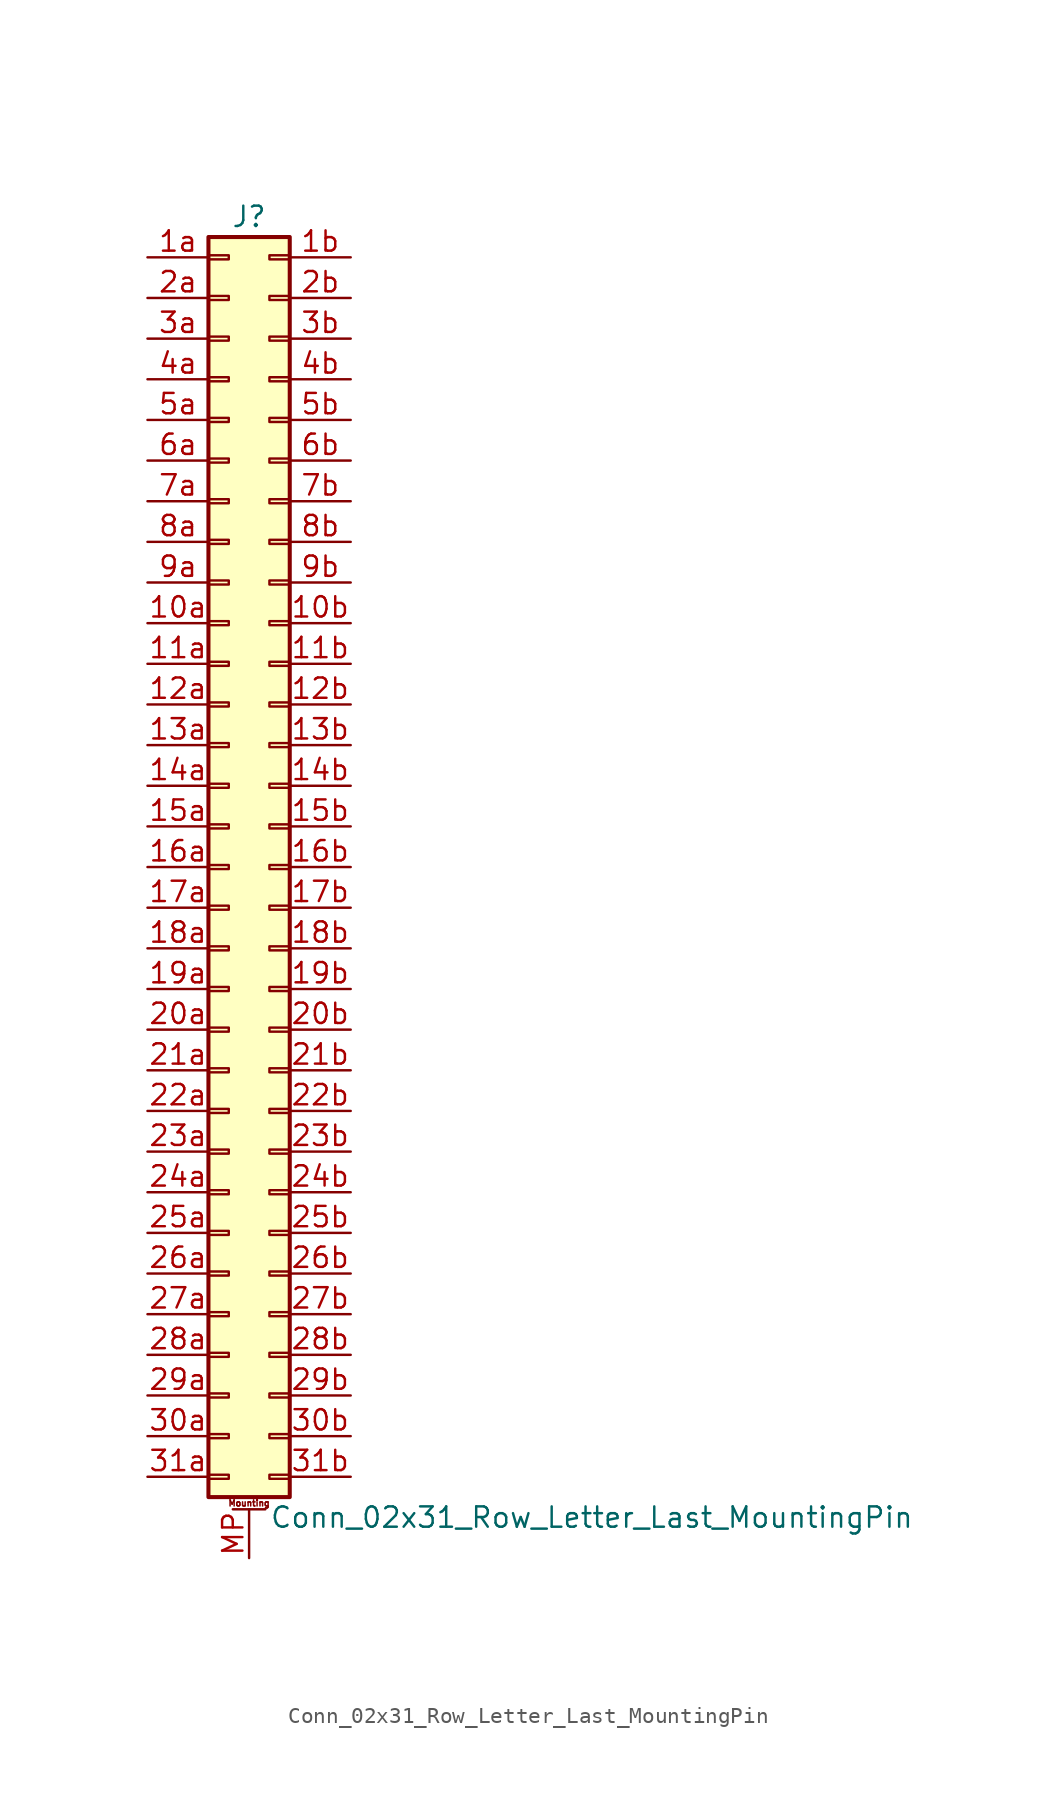
<source format=kicad_sym>
(kicad_symbol_lib
  (version 20201005)
  (generator kicad_symbol_editor)
  (symbol "Conn_02x31_Row_Letter_Last_MountingPin"
    (pin_names
      (offset 1.016) hide)
    (property "Reference" "J"
      (at 1.27 40.64 0)
      (effects (font (size 1.27 1.27))))
    (property "Value" "Conn_02x31_Row_Letter_Last_MountingPin"
      (at 2.54 -40.64 0)
      (effects (font (size 1.27 1.27)) (justify left)))
    (symbol "Conn_02x31_Row_Letter_Last_MountingPin_1_1"
      (text "Mounting" (at 1.27 -39.751 0) (effects (font (size 0.381 0.381))))
      (rectangle (start -1.27 -37.973) (end 0 -38.227) (stroke (width 0.152)) (fill (type none)))
      (rectangle (start -1.27 -35.433) (end 0 -35.687) (stroke (width 0.152)) (fill (type none)))
      (rectangle (start -1.27 -32.893) (end 0 -33.147) (stroke (width 0.152)) (fill (type none)))
      (rectangle (start -1.27 -30.353) (end 0 -30.607) (stroke (width 0.152)) (fill (type none)))
      (rectangle (start -1.27 -27.813) (end 0 -28.067) (stroke (width 0.152)) (fill (type none)))
      (rectangle (start -1.27 -25.273) (end 0 -25.527) (stroke (width 0.152)) (fill (type none)))
      (rectangle (start -1.27 -22.733) (end 0 -22.987) (stroke (width 0.152)) (fill (type none)))
      (rectangle (start -1.27 -20.193) (end 0 -20.447) (stroke (width 0.152)) (fill (type none)))
      (rectangle (start -1.27 -17.653) (end 0 -17.907) (stroke (width 0.152)) (fill (type none)))
      (rectangle (start -1.27 -15.113) (end 0 -15.367) (stroke (width 0.152)) (fill (type none)))
      (rectangle (start -1.27 -12.573) (end 0 -12.827) (stroke (width 0.152)) (fill (type none)))
      (rectangle (start -1.27 -10.033) (end 0 -10.287) (stroke (width 0.152)) (fill (type none)))
      (rectangle (start -1.27 -7.493) (end 0 -7.747) (stroke (width 0.152)) (fill (type none)))
      (rectangle (start -1.27 -4.953) (end 0 -5.207) (stroke (width 0.152)) (fill (type none)))
      (rectangle (start -1.27 -2.413) (end 0 -2.667) (stroke (width 0.152)) (fill (type none)))
      (rectangle (start -1.27 0.127) (end 0 -0.127) (stroke (width 0.152)) (fill (type none)))
      (rectangle (start -1.27 2.667) (end 0 2.413) (stroke (width 0.152)) (fill (type none)))
      (rectangle (start -1.27 5.207) (end 0 4.953) (stroke (width 0.152)) (fill (type none)))
      (rectangle (start -1.27 7.747) (end 0 7.493) (stroke (width 0.152)) (fill (type none)))
      (rectangle (start -1.27 10.287) (end 0 10.033) (stroke (width 0.152)) (fill (type none)))
      (rectangle (start -1.27 12.827) (end 0 12.573) (stroke (width 0.152)) (fill (type none)))
      (rectangle (start -1.27 15.367) (end 0 15.113) (stroke (width 0.152)) (fill (type none)))
      (rectangle (start -1.27 17.907) (end 0 17.653) (stroke (width 0.152)) (fill (type none)))
      (rectangle (start -1.27 20.447) (end 0 20.193) (stroke (width 0.152)) (fill (type none)))
      (rectangle (start -1.27 22.987) (end 0 22.733) (stroke (width 0.152)) (fill (type none)))
      (rectangle (start -1.27 25.527) (end 0 25.273) (stroke (width 0.152)) (fill (type none)))
      (rectangle (start -1.27 28.067) (end 0 27.813) (stroke (width 0.152)) (fill (type none)))
      (rectangle (start -1.27 30.607) (end 0 30.353) (stroke (width 0.152)) (fill (type none)))
      (rectangle (start -1.27 33.147) (end 0 32.893) (stroke (width 0.152)) (fill (type none)))
      (rectangle (start -1.27 35.687) (end 0 35.433) (stroke (width 0.152)) (fill (type none)))
      (rectangle (start -1.27 38.227) (end 0 37.973) (stroke (width 0.152)) (fill (type none)))
      (rectangle (start 3.81 -37.973) (end 2.54 -38.227) (stroke (width 0.152)) (fill (type none)))
      (rectangle (start 3.81 -35.433) (end 2.54 -35.687) (stroke (width 0.152)) (fill (type none)))
      (rectangle (start 3.81 -32.893) (end 2.54 -33.147) (stroke (width 0.152)) (fill (type none)))
      (rectangle (start 3.81 -30.353) (end 2.54 -30.607) (stroke (width 0.152)) (fill (type none)))
      (rectangle (start 3.81 -27.813) (end 2.54 -28.067) (stroke (width 0.152)) (fill (type none)))
      (rectangle (start 3.81 -25.273) (end 2.54 -25.527) (stroke (width 0.152)) (fill (type none)))
      (rectangle (start 3.81 -22.733) (end 2.54 -22.987) (stroke (width 0.152)) (fill (type none)))
      (rectangle (start 3.81 -20.193) (end 2.54 -20.447) (stroke (width 0.152)) (fill (type none)))
      (rectangle (start 3.81 -17.653) (end 2.54 -17.907) (stroke (width 0.152)) (fill (type none)))
      (rectangle (start 3.81 -15.113) (end 2.54 -15.367) (stroke (width 0.152)) (fill (type none)))
      (rectangle (start 3.81 -12.573) (end 2.54 -12.827) (stroke (width 0.152)) (fill (type none)))
      (rectangle (start 3.81 -10.033) (end 2.54 -10.287) (stroke (width 0.152)) (fill (type none)))
      (rectangle (start 3.81 -7.493) (end 2.54 -7.747) (stroke (width 0.152)) (fill (type none)))
      (rectangle (start 3.81 -4.953) (end 2.54 -5.207) (stroke (width 0.152)) (fill (type none)))
      (rectangle (start 3.81 -2.413) (end 2.54 -2.667) (stroke (width 0.152)) (fill (type none)))
      (rectangle (start 3.81 0.127) (end 2.54 -0.127) (stroke (width 0.152)) (fill (type none)))
      (rectangle (start 3.81 2.667) (end 2.54 2.413) (stroke (width 0.152)) (fill (type none)))
      (rectangle (start 3.81 5.207) (end 2.54 4.953) (stroke (width 0.152)) (fill (type none)))
      (rectangle (start 3.81 7.747) (end 2.54 7.493) (stroke (width 0.152)) (fill (type none)))
      (rectangle (start 3.81 10.287) (end 2.54 10.033) (stroke (width 0.152)) (fill (type none)))
      (rectangle (start 3.81 12.827) (end 2.54 12.573) (stroke (width 0.152)) (fill (type none)))
      (rectangle (start 3.81 15.367) (end 2.54 15.113) (stroke (width 0.152)) (fill (type none)))
      (rectangle (start 3.81 17.907) (end 2.54 17.653) (stroke (width 0.152)) (fill (type none)))
      (rectangle (start 3.81 20.447) (end 2.54 20.193) (stroke (width 0.152)) (fill (type none)))
      (rectangle (start 3.81 22.987) (end 2.54 22.733) (stroke (width 0.152)) (fill (type none)))
      (rectangle (start 3.81 25.527) (end 2.54 25.273) (stroke (width 0.152)) (fill (type none)))
      (rectangle (start 3.81 28.067) (end 2.54 27.813) (stroke (width 0.152)) (fill (type none)))
      (rectangle (start 3.81 30.607) (end 2.54 30.353) (stroke (width 0.152)) (fill (type none)))
      (rectangle (start 3.81 33.147) (end 2.54 32.893) (stroke (width 0.152)) (fill (type none)))
      (rectangle (start 3.81 35.687) (end 2.54 35.433) (stroke (width 0.152)) (fill (type none)))
      (rectangle (start 3.81 38.227) (end 2.54 37.973) (stroke (width 0.152)) (fill (type none)))
      (rectangle (start -1.27 39.37) (end 3.81 -39.37) (stroke (width 0.254)) (fill (type background)))
      (polyline (pts (xy 0.254 -40.132) (xy 2.286 -40.132)) (stroke (width 0.152)) (fill (type none)))
      (pin passive line (at -5.08 15.24 0) (length 3.81) (name "Pin_10a" (effects (font (size 1.27 1.27)))) (number "10a" (effects (font (size 1.27 1.27)))))
      (pin passive line (at 7.62 15.24 180) (length 3.81) (name "Pin_10b" (effects (font (size 1.27 1.27)))) (number "10b" (effects (font (size 1.27 1.27)))))
      (pin passive line (at -5.08 12.7 0) (length 3.81) (name "Pin_11a" (effects (font (size 1.27 1.27)))) (number "11a" (effects (font (size 1.27 1.27)))))
      (pin passive line (at 7.62 12.7 180) (length 3.81) (name "Pin_11b" (effects (font (size 1.27 1.27)))) (number "11b" (effects (font (size 1.27 1.27)))))
      (pin passive line (at -5.08 10.16 0) (length 3.81) (name "Pin_12a" (effects (font (size 1.27 1.27)))) (number "12a" (effects (font (size 1.27 1.27)))))
      (pin passive line (at 7.62 10.16 180) (length 3.81) (name "Pin_12b" (effects (font (size 1.27 1.27)))) (number "12b" (effects (font (size 1.27 1.27)))))
      (pin passive line (at -5.08 7.62 0) (length 3.81) (name "Pin_13a" (effects (font (size 1.27 1.27)))) (number "13a" (effects (font (size 1.27 1.27)))))
      (pin passive line (at 7.62 7.62 180) (length 3.81) (name "Pin_13b" (effects (font (size 1.27 1.27)))) (number "13b" (effects (font (size 1.27 1.27)))))
      (pin passive line (at -5.08 5.08 0) (length 3.81) (name "Pin_14a" (effects (font (size 1.27 1.27)))) (number "14a" (effects (font (size 1.27 1.27)))))
      (pin passive line (at 7.62 5.08 180) (length 3.81) (name "Pin_14b" (effects (font (size 1.27 1.27)))) (number "14b" (effects (font (size 1.27 1.27)))))
      (pin passive line (at -5.08 2.54 0) (length 3.81) (name "Pin_15a" (effects (font (size 1.27 1.27)))) (number "15a" (effects (font (size 1.27 1.27)))))
      (pin passive line (at 7.62 2.54 180) (length 3.81) (name "Pin_15b" (effects (font (size 1.27 1.27)))) (number "15b" (effects (font (size 1.27 1.27)))))
      (pin passive line (at -5.08 0 0) (length 3.81) (name "Pin_16a" (effects (font (size 1.27 1.27)))) (number "16a" (effects (font (size 1.27 1.27)))))
      (pin passive line (at 7.62 0 180) (length 3.81) (name "Pin_16b" (effects (font (size 1.27 1.27)))) (number "16b" (effects (font (size 1.27 1.27)))))
      (pin passive line (at -5.08 -2.54 0) (length 3.81) (name "Pin_17a" (effects (font (size 1.27 1.27)))) (number "17a" (effects (font (size 1.27 1.27)))))
      (pin passive line (at 7.62 -2.54 180) (length 3.81) (name "Pin_17b" (effects (font (size 1.27 1.27)))) (number "17b" (effects (font (size 1.27 1.27)))))
      (pin passive line (at -5.08 -5.08 0) (length 3.81) (name "Pin_18a" (effects (font (size 1.27 1.27)))) (number "18a" (effects (font (size 1.27 1.27)))))
      (pin passive line (at 7.62 -5.08 180) (length 3.81) (name "Pin_18b" (effects (font (size 1.27 1.27)))) (number "18b" (effects (font (size 1.27 1.27)))))
      (pin passive line (at -5.08 -7.62 0) (length 3.81) (name "Pin_19a" (effects (font (size 1.27 1.27)))) (number "19a" (effects (font (size 1.27 1.27)))))
      (pin passive line (at 7.62 -7.62 180) (length 3.81) (name "Pin_19b" (effects (font (size 1.27 1.27)))) (number "19b" (effects (font (size 1.27 1.27)))))
      (pin passive line (at -5.08 38.1 0) (length 3.81) (name "Pin_1a" (effects (font (size 1.27 1.27)))) (number "1a" (effects (font (size 1.27 1.27)))))
      (pin passive line (at 7.62 38.1 180) (length 3.81) (name "Pin_1b" (effects (font (size 1.27 1.27)))) (number "1b" (effects (font (size 1.27 1.27)))))
      (pin passive line (at -5.08 -10.16 0) (length 3.81) (name "Pin_20a" (effects (font (size 1.27 1.27)))) (number "20a" (effects (font (size 1.27 1.27)))))
      (pin passive line (at 7.62 -10.16 180) (length 3.81) (name "Pin_20b" (effects (font (size 1.27 1.27)))) (number "20b" (effects (font (size 1.27 1.27)))))
      (pin passive line (at -5.08 -12.7 0) (length 3.81) (name "Pin_21a" (effects (font (size 1.27 1.27)))) (number "21a" (effects (font (size 1.27 1.27)))))
      (pin passive line (at 7.62 -12.7 180) (length 3.81) (name "Pin_21b" (effects (font (size 1.27 1.27)))) (number "21b" (effects (font (size 1.27 1.27)))))
      (pin passive line (at -5.08 -15.24 0) (length 3.81) (name "Pin_22a" (effects (font (size 1.27 1.27)))) (number "22a" (effects (font (size 1.27 1.27)))))
      (pin passive line (at 7.62 -15.24 180) (length 3.81) (name "Pin_22b" (effects (font (size 1.27 1.27)))) (number "22b" (effects (font (size 1.27 1.27)))))
      (pin passive line (at -5.08 -17.78 0) (length 3.81) (name "Pin_23a" (effects (font (size 1.27 1.27)))) (number "23a" (effects (font (size 1.27 1.27)))))
      (pin passive line (at 7.62 -17.78 180) (length 3.81) (name "Pin_23b" (effects (font (size 1.27 1.27)))) (number "23b" (effects (font (size 1.27 1.27)))))
      (pin passive line (at -5.08 -20.32 0) (length 3.81) (name "Pin_24a" (effects (font (size 1.27 1.27)))) (number "24a" (effects (font (size 1.27 1.27)))))
      (pin passive line (at 7.62 -20.32 180) (length 3.81) (name "Pin_24b" (effects (font (size 1.27 1.27)))) (number "24b" (effects (font (size 1.27 1.27)))))
      (pin passive line (at -5.08 -22.86 0) (length 3.81) (name "Pin_25a" (effects (font (size 1.27 1.27)))) (number "25a" (effects (font (size 1.27 1.27)))))
      (pin passive line (at 7.62 -22.86 180) (length 3.81) (name "Pin_25b" (effects (font (size 1.27 1.27)))) (number "25b" (effects (font (size 1.27 1.27)))))
      (pin passive line (at -5.08 -25.4 0) (length 3.81) (name "Pin_26a" (effects (font (size 1.27 1.27)))) (number "26a" (effects (font (size 1.27 1.27)))))
      (pin passive line (at 7.62 -25.4 180) (length 3.81) (name "Pin_26b" (effects (font (size 1.27 1.27)))) (number "26b" (effects (font (size 1.27 1.27)))))
      (pin passive line (at -5.08 -27.94 0) (length 3.81) (name "Pin_27a" (effects (font (size 1.27 1.27)))) (number "27a" (effects (font (size 1.27 1.27)))))
      (pin passive line (at 7.62 -27.94 180) (length 3.81) (name "Pin_27b" (effects (font (size 1.27 1.27)))) (number "27b" (effects (font (size 1.27 1.27)))))
      (pin passive line (at -5.08 -30.48 0) (length 3.81) (name "Pin_28a" (effects (font (size 1.27 1.27)))) (number "28a" (effects (font (size 1.27 1.27)))))
      (pin passive line (at 7.62 -30.48 180) (length 3.81) (name "Pin_28b" (effects (font (size 1.27 1.27)))) (number "28b" (effects (font (size 1.27 1.27)))))
      (pin passive line (at -5.08 -33.02 0) (length 3.81) (name "Pin_29a" (effects (font (size 1.27 1.27)))) (number "29a" (effects (font (size 1.27 1.27)))))
      (pin passive line (at 7.62 -33.02 180) (length 3.81) (name "Pin_29b" (effects (font (size 1.27 1.27)))) (number "29b" (effects (font (size 1.27 1.27)))))
      (pin passive line (at -5.08 35.56 0) (length 3.81) (name "Pin_2a" (effects (font (size 1.27 1.27)))) (number "2a" (effects (font (size 1.27 1.27)))))
      (pin passive line (at 7.62 35.56 180) (length 3.81) (name "Pin_2b" (effects (font (size 1.27 1.27)))) (number "2b" (effects (font (size 1.27 1.27)))))
      (pin passive line (at -5.08 -35.56 0) (length 3.81) (name "Pin_30a" (effects (font (size 1.27 1.27)))) (number "30a" (effects (font (size 1.27 1.27)))))
      (pin passive line (at 7.62 -35.56 180) (length 3.81) (name "Pin_30b" (effects (font (size 1.27 1.27)))) (number "30b" (effects (font (size 1.27 1.27)))))
      (pin passive line (at -5.08 -38.1 0) (length 3.81) (name "Pin_31a" (effects (font (size 1.27 1.27)))) (number "31a" (effects (font (size 1.27 1.27)))))
      (pin passive line (at 7.62 -38.1 180) (length 3.81) (name "Pin_31b" (effects (font (size 1.27 1.27)))) (number "31b" (effects (font (size 1.27 1.27)))))
      (pin passive line (at -5.08 33.02 0) (length 3.81) (name "Pin_3a" (effects (font (size 1.27 1.27)))) (number "3a" (effects (font (size 1.27 1.27)))))
      (pin passive line (at 7.62 33.02 180) (length 3.81) (name "Pin_3b" (effects (font (size 1.27 1.27)))) (number "3b" (effects (font (size 1.27 1.27)))))
      (pin passive line (at -5.08 30.48 0) (length 3.81) (name "Pin_4a" (effects (font (size 1.27 1.27)))) (number "4a" (effects (font (size 1.27 1.27)))))
      (pin passive line (at 7.62 30.48 180) (length 3.81) (name "Pin_4b" (effects (font (size 1.27 1.27)))) (number "4b" (effects (font (size 1.27 1.27)))))
      (pin passive line (at -5.08 27.94 0) (length 3.81) (name "Pin_5a" (effects (font (size 1.27 1.27)))) (number "5a" (effects (font (size 1.27 1.27)))))
      (pin passive line (at 7.62 27.94 180) (length 3.81) (name "Pin_5b" (effects (font (size 1.27 1.27)))) (number "5b" (effects (font (size 1.27 1.27)))))
      (pin passive line (at -5.08 25.4 0) (length 3.81) (name "Pin_6a" (effects (font (size 1.27 1.27)))) (number "6a" (effects (font (size 1.27 1.27)))))
      (pin passive line (at 7.62 25.4 180) (length 3.81) (name "Pin_6b" (effects (font (size 1.27 1.27)))) (number "6b" (effects (font (size 1.27 1.27)))))
      (pin passive line (at -5.08 22.86 0) (length 3.81) (name "Pin_7a" (effects (font (size 1.27 1.27)))) (number "7a" (effects (font (size 1.27 1.27)))))
      (pin passive line (at 7.62 22.86 180) (length 3.81) (name "Pin_7b" (effects (font (size 1.27 1.27)))) (number "7b" (effects (font (size 1.27 1.27)))))
      (pin passive line (at -5.08 20.32 0) (length 3.81) (name "Pin_8a" (effects (font (size 1.27 1.27)))) (number "8a" (effects (font (size 1.27 1.27)))))
      (pin passive line (at 7.62 20.32 180) (length 3.81) (name "Pin_8b" (effects (font (size 1.27 1.27)))) (number "8b" (effects (font (size 1.27 1.27)))))
      (pin passive line (at -5.08 17.78 0) (length 3.81) (name "Pin_9a" (effects (font (size 1.27 1.27)))) (number "9a" (effects (font (size 1.27 1.27)))))
      (pin passive line (at 7.62 17.78 180) (length 3.81) (name "Pin_9b" (effects (font (size 1.27 1.27)))) (number "9b" (effects (font (size 1.27 1.27)))))
      (pin passive line (at 1.27 -43.18 90) (length 3.048) (name "MountPin" (effects (font (size 1.27 1.27)))) (number "MP" (effects (font (size 1.27 1.27))))))))
</source>
